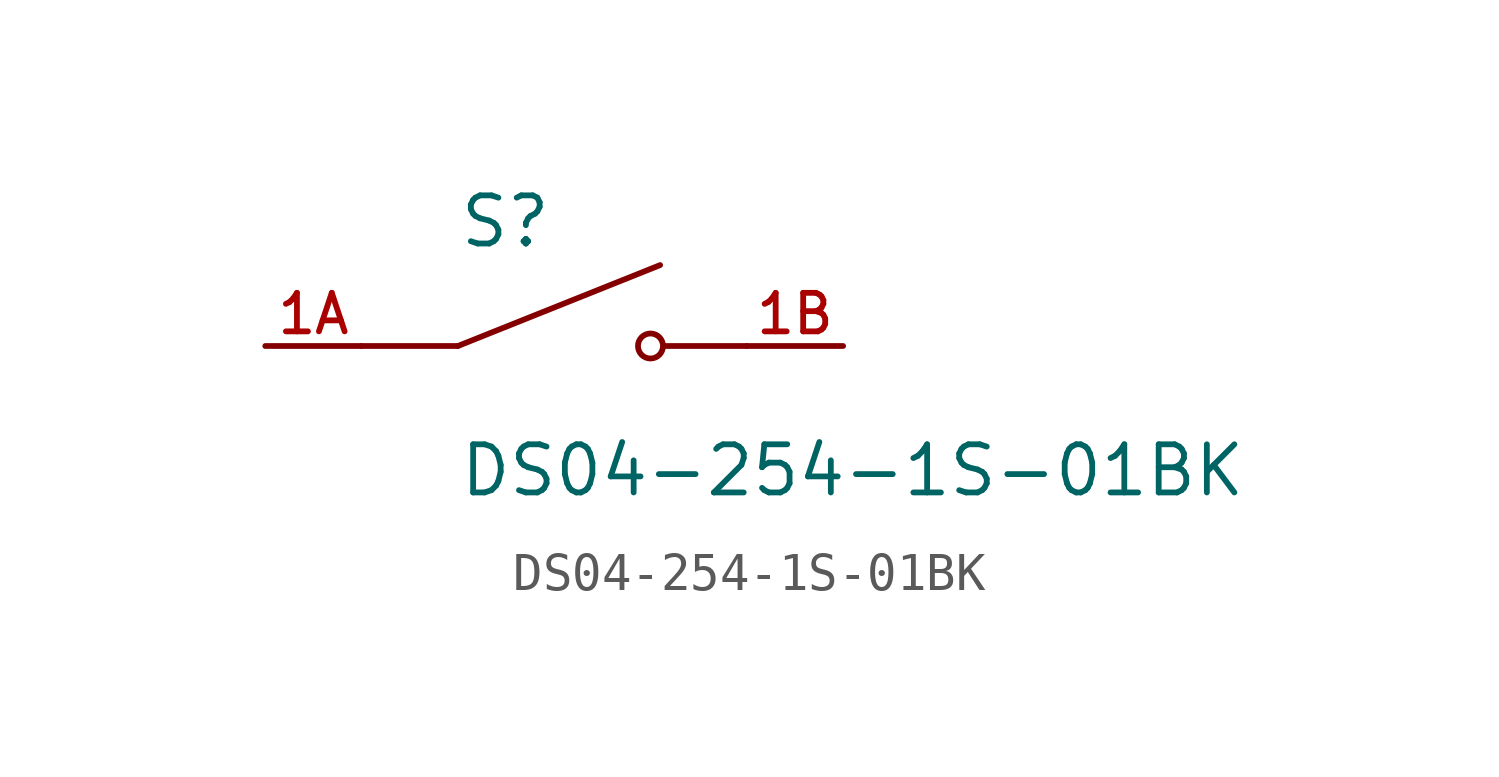
<source format=kicad_sym>
(kicad_symbol_lib
  (version 20211014)
  (generator kicad_symbol_editor)
  (symbol "DS04-254-1S-01BK"
    (pin_names
      (offset 1.016))
    (property "Reference" "S"
      (at -2.54 2.54 0)
      (effects (font (size 1.27 1.27)) (justify bottom left)))
    (property "Value" "DS04-254-1S-01BK"
      (at -2.54 -2.54 0)
      (effects (font (size 1.27 1.27)) (justify top left)))
    (symbol "DS04-254-1S-01BK_0_0"
      (polyline (pts (xy -2.54 0.0) (xy 2.794 2.134)) (stroke (width 0.152)))
      (circle (center 2.54 0.0) (radius 0.33) (stroke (width 0.152)) (fill (type none)))
      (polyline (pts (xy 5.08 0.0) (xy 2.921 0.0)) (stroke (width 0.152)))
      (polyline (pts (xy -2.54 0.0) (xy -5.08 0.0)) (stroke (width 0.152)))
      (pin passive line (at -7.62 0.0 0) (length 2.54) (name "~" (effects (font (size 1.016 1.016)))) (number "1A" (effects (font (size 1.016 1.016)))))
      (pin passive line (at 7.62 0.0 180.0) (length 2.54) (name "~" (effects (font (size 1.016 1.016)))) (number "1B" (effects (font (size 1.016 1.016))))))))
</source>
